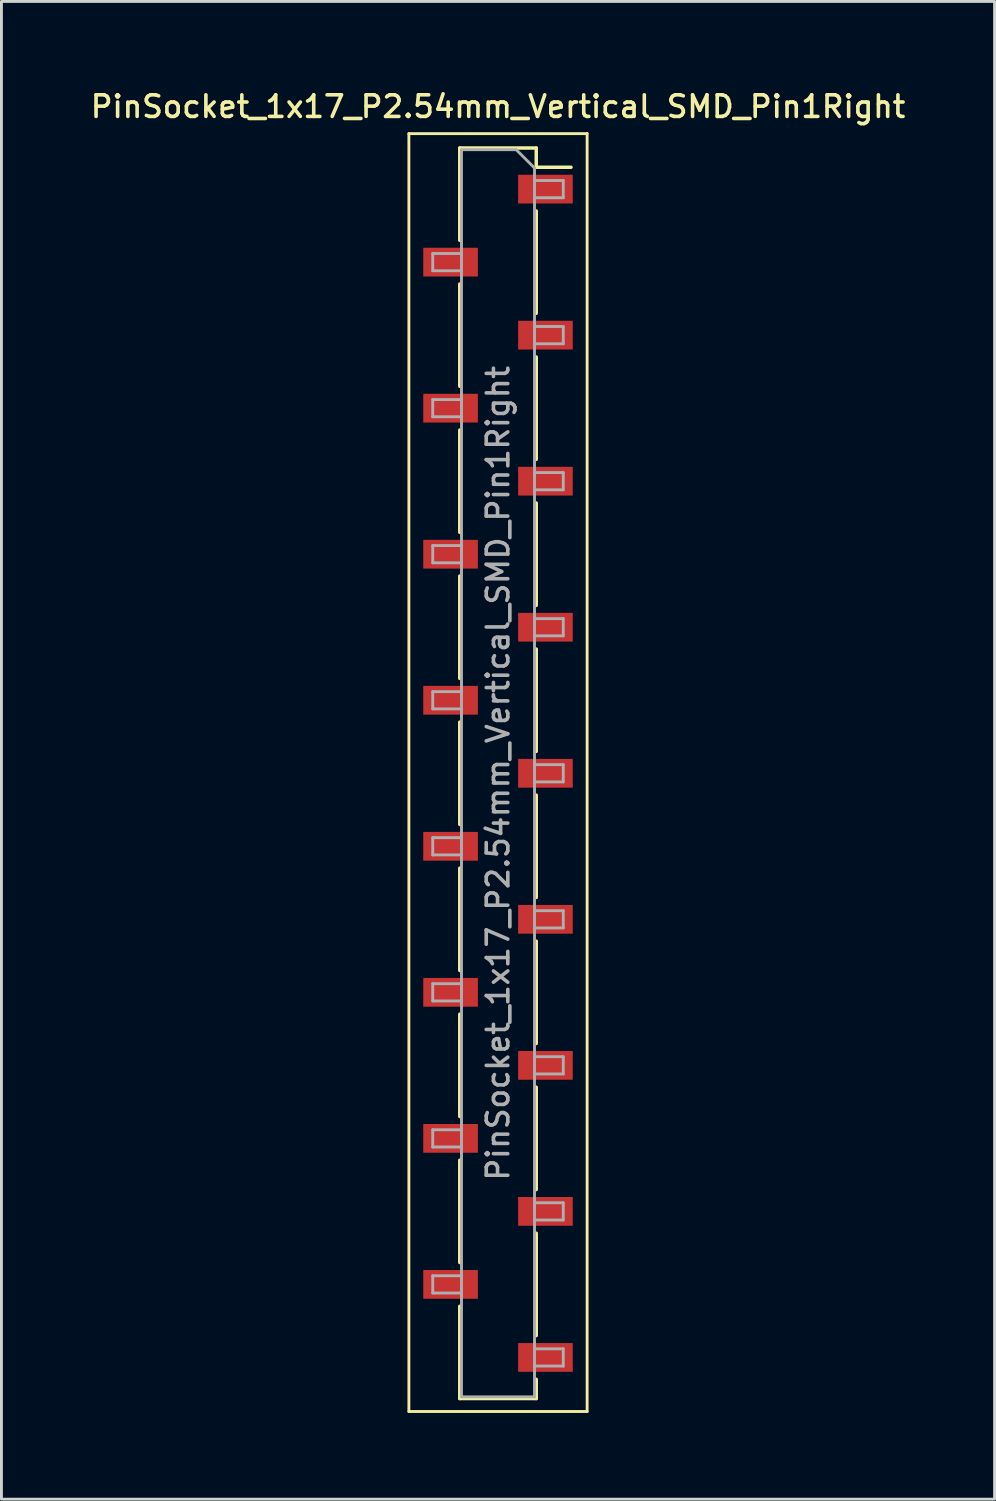
<source format=kicad_pcb>
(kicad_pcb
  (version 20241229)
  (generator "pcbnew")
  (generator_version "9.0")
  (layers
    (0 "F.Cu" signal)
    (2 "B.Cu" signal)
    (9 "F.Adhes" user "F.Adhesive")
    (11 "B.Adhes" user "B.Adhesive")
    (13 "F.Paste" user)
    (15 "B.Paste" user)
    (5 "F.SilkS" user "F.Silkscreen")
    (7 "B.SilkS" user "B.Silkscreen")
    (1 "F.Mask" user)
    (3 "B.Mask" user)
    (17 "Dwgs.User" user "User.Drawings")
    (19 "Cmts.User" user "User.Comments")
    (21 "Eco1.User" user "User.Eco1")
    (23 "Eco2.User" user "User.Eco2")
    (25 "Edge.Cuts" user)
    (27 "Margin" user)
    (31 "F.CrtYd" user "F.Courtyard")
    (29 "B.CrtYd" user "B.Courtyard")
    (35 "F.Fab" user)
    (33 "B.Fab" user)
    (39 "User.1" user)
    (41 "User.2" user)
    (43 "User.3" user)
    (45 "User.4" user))
  (footprint "PinSocket_1x17_P2.54mm_Vertical_SMD_Pin1Right"
    (layer "F.Cu")
    (at 14.273 23.848)
    (property "Reference" "PinSocket_1x17_P2.54mm_Vertical_SMD_Pin1Right" (at 0 -23.19 0) (layer "F.SilkS") (effects (font (size 0.75 0.75) (thickness 0.125))))
    (attr smd)
    (fp_line (start -3.1 -22.25) (end 3.1 -22.25) (stroke (width 0.1) (type solid)) (layer "F.SilkS"))
    (fp_line (start -3.1 22.2) (end -3.1 -22.25) (stroke (width 0.1) (type solid)) (layer "F.SilkS"))
    (fp_line (start -1.33 -21.75) (end -1.33 -18.54) (stroke (width 0.12) (type solid)) (layer "F.SilkS"))
    (fp_line (start -1.33 -21.75) (end 1.33 -21.75) (stroke (width 0.12) (type solid)) (layer "F.SilkS"))
    (fp_line (start -1.33 -17.02) (end -1.33 -13.46) (stroke (width 0.12) (type solid)) (layer "F.SilkS"))
    (fp_line (start -1.33 -11.94) (end -1.33 -8.38) (stroke (width 0.12) (type solid)) (layer "F.SilkS"))
    (fp_line (start -1.33 -6.86) (end -1.33 -3.3) (stroke (width 0.12) (type solid)) (layer "F.SilkS"))
    (fp_line (start -1.33 -1.78) (end -1.33 1.78) (stroke (width 0.12) (type solid)) (layer "F.SilkS"))
    (fp_line (start -1.33 3.3) (end -1.33 6.86) (stroke (width 0.12) (type solid)) (layer "F.SilkS"))
    (fp_line (start -1.33 8.38) (end -1.33 11.94) (stroke (width 0.12) (type solid)) (layer "F.SilkS"))
    (fp_line (start -1.33 13.46) (end -1.33 17.02) (stroke (width 0.12) (type solid)) (layer "F.SilkS"))
    (fp_line (start -1.33 18.54) (end -1.33 21.75) (stroke (width 0.12) (type solid)) (layer "F.SilkS"))
    (fp_line (start -1.33 21.75) (end 1.33 21.75) (stroke (width 0.12) (type solid)) (layer "F.SilkS"))
    (fp_line (start 1.33 -21.75) (end 1.33 -21.08) (stroke (width 0.12) (type solid)) (layer "F.SilkS"))
    (fp_line (start 1.33 -21.08) (end 2.54 -21.08) (stroke (width 0.12) (type solid)) (layer "F.SilkS"))
    (fp_line (start 1.33 -19.56) (end 1.33 -16) (stroke (width 0.12) (type solid)) (layer "F.SilkS"))
    (fp_line (start 1.33 -14.48) (end 1.33 -10.92) (stroke (width 0.12) (type solid)) (layer "F.SilkS"))
    (fp_line (start 1.33 -9.4) (end 1.33 -5.84) (stroke (width 0.12) (type solid)) (layer "F.SilkS"))
    (fp_line (start 1.33 -4.32) (end 1.33 -0.76) (stroke (width 0.12) (type solid)) (layer "F.SilkS"))
    (fp_line (start 1.33 0.76) (end 1.33 4.32) (stroke (width 0.12) (type solid)) (layer "F.SilkS"))
    (fp_line (start 1.33 5.84) (end 1.33 9.4) (stroke (width 0.12) (type solid)) (layer "F.SilkS"))
    (fp_line (start 1.33 10.92) (end 1.33 14.48) (stroke (width 0.12) (type solid)) (layer "F.SilkS"))
    (fp_line (start 1.33 16) (end 1.33 19.56) (stroke (width 0.12) (type solid)) (layer "F.SilkS"))
    (fp_line (start 1.33 21.08) (end 1.33 21.75) (stroke (width 0.12) (type solid)) (layer "F.SilkS"))
    (fp_line (start 3.1 -22.25) (end 3.1 22.2) (stroke (width 0.1) (type solid)) (layer "F.SilkS"))
    (fp_line (start 3.1 22.2) (end -3.1 22.2) (stroke (width 0.1) (type solid)) (layer "F.SilkS"))
    (fp_line (start -2.27 -18.08) (end -1.27 -18.08) (stroke (width 0.1) (type solid)) (layer "F.Fab"))
    (fp_line (start -2.27 -17.48) (end -2.27 -18.08) (stroke (width 0.1) (type solid)) (layer "F.Fab"))
    (fp_line (start -2.27 -13) (end -1.27 -13) (stroke (width 0.1) (type solid)) (layer "F.Fab"))
    (fp_line (start -2.27 -12.4) (end -2.27 -13) (stroke (width 0.1) (type solid)) (layer "F.Fab"))
    (fp_line (start -2.27 -7.92) (end -1.27 -7.92) (stroke (width 0.1) (type solid)) (layer "F.Fab"))
    (fp_line (start -2.27 -7.32) (end -2.27 -7.92) (stroke (width 0.1) (type solid)) (layer "F.Fab"))
    (fp_line (start -2.27 -2.84) (end -1.27 -2.84) (stroke (width 0.1) (type solid)) (layer "F.Fab"))
    (fp_line (start -2.27 -2.24) (end -2.27 -2.84) (stroke (width 0.1) (type solid)) (layer "F.Fab"))
    (fp_line (start -2.27 2.24) (end -1.27 2.24) (stroke (width 0.1) (type solid)) (layer "F.Fab"))
    (fp_line (start -2.27 2.84) (end -2.27 2.24) (stroke (width 0.1) (type solid)) (layer "F.Fab"))
    (fp_line (start -2.27 7.32) (end -1.27 7.32) (stroke (width 0.1) (type solid)) (layer "F.Fab"))
    (fp_line (start -2.27 7.92) (end -2.27 7.32) (stroke (width 0.1) (type solid)) (layer "F.Fab"))
    (fp_line (start -2.27 12.4) (end -1.27 12.4) (stroke (width 0.1) (type solid)) (layer "F.Fab"))
    (fp_line (start -2.27 13) (end -2.27 12.4) (stroke (width 0.1) (type solid)) (layer "F.Fab"))
    (fp_line (start -2.27 17.48) (end -1.27 17.48) (stroke (width 0.1) (type solid)) (layer "F.Fab"))
    (fp_line (start -2.27 18.08) (end -2.27 17.48) (stroke (width 0.1) (type solid)) (layer "F.Fab"))
    (fp_line (start -1.27 -21.69) (end 0.635 -21.69) (stroke (width 0.1) (type solid)) (layer "F.Fab"))
    (fp_line (start -1.27 -17.48) (end -2.27 -17.48) (stroke (width 0.1) (type solid)) (layer "F.Fab"))
    (fp_line (start -1.27 -12.4) (end -2.27 -12.4) (stroke (width 0.1) (type solid)) (layer "F.Fab"))
    (fp_line (start -1.27 -7.32) (end -2.27 -7.32) (stroke (width 0.1) (type solid)) (layer "F.Fab"))
    (fp_line (start -1.27 -2.24) (end -2.27 -2.24) (stroke (width 0.1) (type solid)) (layer "F.Fab"))
    (fp_line (start -1.27 2.84) (end -2.27 2.84) (stroke (width 0.1) (type solid)) (layer "F.Fab"))
    (fp_line (start -1.27 7.92) (end -2.27 7.92) (stroke (width 0.1) (type solid)) (layer "F.Fab"))
    (fp_line (start -1.27 13) (end -2.27 13) (stroke (width 0.1) (type solid)) (layer "F.Fab"))
    (fp_line (start -1.27 18.08) (end -2.27 18.08) (stroke (width 0.1) (type solid)) (layer "F.Fab"))
    (fp_line (start -1.27 21.69) (end -1.27 -21.69) (stroke (width 0.1) (type solid)) (layer "F.Fab"))
    (fp_line (start 0.635 -21.69) (end 1.27 -21.055) (stroke (width 0.1) (type solid)) (layer "F.Fab"))
    (fp_line (start 1.27 -21.055) (end 1.27 21.69) (stroke (width 0.1) (type solid)) (layer "F.Fab"))
    (fp_line (start 1.27 -20.62) (end 2.27 -20.62) (stroke (width 0.1) (type solid)) (layer "F.Fab"))
    (fp_line (start 1.27 -15.54) (end 2.27 -15.54) (stroke (width 0.1) (type solid)) (layer "F.Fab"))
    (fp_line (start 1.27 -10.46) (end 2.27 -10.46) (stroke (width 0.1) (type solid)) (layer "F.Fab"))
    (fp_line (start 1.27 -5.38) (end 2.27 -5.38) (stroke (width 0.1) (type solid)) (layer "F.Fab"))
    (fp_line (start 1.27 -0.3) (end 2.27 -0.3) (stroke (width 0.1) (type solid)) (layer "F.Fab"))
    (fp_line (start 1.27 4.78) (end 2.27 4.78) (stroke (width 0.1) (type solid)) (layer "F.Fab"))
    (fp_line (start 1.27 9.86) (end 2.27 9.86) (stroke (width 0.1) (type solid)) (layer "F.Fab"))
    (fp_line (start 1.27 14.94) (end 2.27 14.94) (stroke (width 0.1) (type solid)) (layer "F.Fab"))
    (fp_line (start 1.27 20.02) (end 2.27 20.02) (stroke (width 0.1) (type solid)) (layer "F.Fab"))
    (fp_line (start 1.27 21.69) (end -1.27 21.69) (stroke (width 0.1) (type solid)) (layer "F.Fab"))
    (fp_line (start 2.27 -20.62) (end 2.27 -20.02) (stroke (width 0.1) (type solid)) (layer "F.Fab"))
    (fp_line (start 2.27 -20.02) (end 1.27 -20.02) (stroke (width 0.1) (type solid)) (layer "F.Fab"))
    (fp_line (start 2.27 -15.54) (end 2.27 -14.94) (stroke (width 0.1) (type solid)) (layer "F.Fab"))
    (fp_line (start 2.27 -14.94) (end 1.27 -14.94) (stroke (width 0.1) (type solid)) (layer "F.Fab"))
    (fp_line (start 2.27 -10.46) (end 2.27 -9.86) (stroke (width 0.1) (type solid)) (layer "F.Fab"))
    (fp_line (start 2.27 -9.86) (end 1.27 -9.86) (stroke (width 0.1) (type solid)) (layer "F.Fab"))
    (fp_line (start 2.27 -5.38) (end 2.27 -4.78) (stroke (width 0.1) (type solid)) (layer "F.Fab"))
    (fp_line (start 2.27 -4.78) (end 1.27 -4.78) (stroke (width 0.1) (type solid)) (layer "F.Fab"))
    (fp_line (start 2.27 -0.3) (end 2.27 0.3) (stroke (width 0.1) (type solid)) (layer "F.Fab"))
    (fp_line (start 2.27 0.3) (end 1.27 0.3) (stroke (width 0.1) (type solid)) (layer "F.Fab"))
    (fp_line (start 2.27 4.78) (end 2.27 5.38) (stroke (width 0.1) (type solid)) (layer "F.Fab"))
    (fp_line (start 2.27 5.38) (end 1.27 5.38) (stroke (width 0.1) (type solid)) (layer "F.Fab"))
    (fp_line (start 2.27 9.86) (end 2.27 10.46) (stroke (width 0.1) (type solid)) (layer "F.Fab"))
    (fp_line (start 2.27 10.46) (end 1.27 10.46) (stroke (width 0.1) (type solid)) (layer "F.Fab"))
    (fp_line (start 2.27 14.94) (end 2.27 15.54) (stroke (width 0.1) (type solid)) (layer "F.Fab"))
    (fp_line (start 2.27 15.54) (end 1.27 15.54) (stroke (width 0.1) (type solid)) (layer "F.Fab"))
    (fp_line (start 2.27 20.02) (end 2.27 20.62) (stroke (width 0.1) (type solid)) (layer "F.Fab"))
    (fp_line (start 2.27 20.62) (end 1.27 20.62) (stroke (width 0.1) (type solid)) (layer "F.Fab"))
    (fp_text user "${REFERENCE}" (at 0 0 90) (layer "F.Fab") (effects (font (size 0.75 0.75) (thickness 0.125))))
    (pad "1" smd rect (at 1.65 -20.32) (size 1.9 1) (layers "F.Cu" "F.Mask" "F.Paste"))
    (pad "2" smd rect (at -1.65 -17.78) (size 1.9 1) (layers "F.Cu" "F.Mask" "F.Paste"))
    (pad "3" smd rect (at 1.65 -15.24) (size 1.9 1) (layers "F.Cu" "F.Mask" "F.Paste"))
    (pad "4" smd rect (at -1.65 -12.7) (size 1.9 1) (layers "F.Cu" "F.Mask" "F.Paste"))
    (pad "5" smd rect (at 1.65 -10.16) (size 1.9 1) (layers "F.Cu" "F.Mask" "F.Paste"))
    (pad "6" smd rect (at -1.65 -7.62) (size 1.9 1) (layers "F.Cu" "F.Mask" "F.Paste"))
    (pad "7" smd rect (at 1.65 -5.08) (size 1.9 1) (layers "F.Cu" "F.Mask" "F.Paste"))
    (pad "8" smd rect (at -1.65 -2.54) (size 1.9 1) (layers "F.Cu" "F.Mask" "F.Paste"))
    (pad "9" smd rect (at 1.65 0) (size 1.9 1) (layers "F.Cu" "F.Mask" "F.Paste"))
    (pad "10" smd rect (at -1.65 2.54) (size 1.9 1) (layers "F.Cu" "F.Mask" "F.Paste"))
    (pad "11" smd rect (at 1.65 5.08) (size 1.9 1) (layers "F.Cu" "F.Mask" "F.Paste"))
    (pad "12" smd rect (at -1.65 7.62) (size 1.9 1) (layers "F.Cu" "F.Mask" "F.Paste"))
    (pad "13" smd rect (at 1.65 10.16) (size 1.9 1) (layers "F.Cu" "F.Mask" "F.Paste"))
    (pad "14" smd rect (at -1.65 12.7) (size 1.9 1) (layers "F.Cu" "F.Mask" "F.Paste"))
    (pad "15" smd rect (at 1.65 15.24) (size 1.9 1) (layers "F.Cu" "F.Mask" "F.Paste"))
    (pad "16" smd rect (at -1.65 17.78) (size 1.9 1) (layers "F.Cu" "F.Mask" "F.Paste"))
    (pad "17" smd rect (at 1.65 20.32) (size 1.9 1) (layers "F.Cu" "F.Mask" "F.Paste")))
  (gr_rect
    (start -3 -3)
    (end 31.546 49.098)
    (stroke (width 0.1) (type default))
    (fill no)
    (layer "Edge.Cuts")))
</source>
